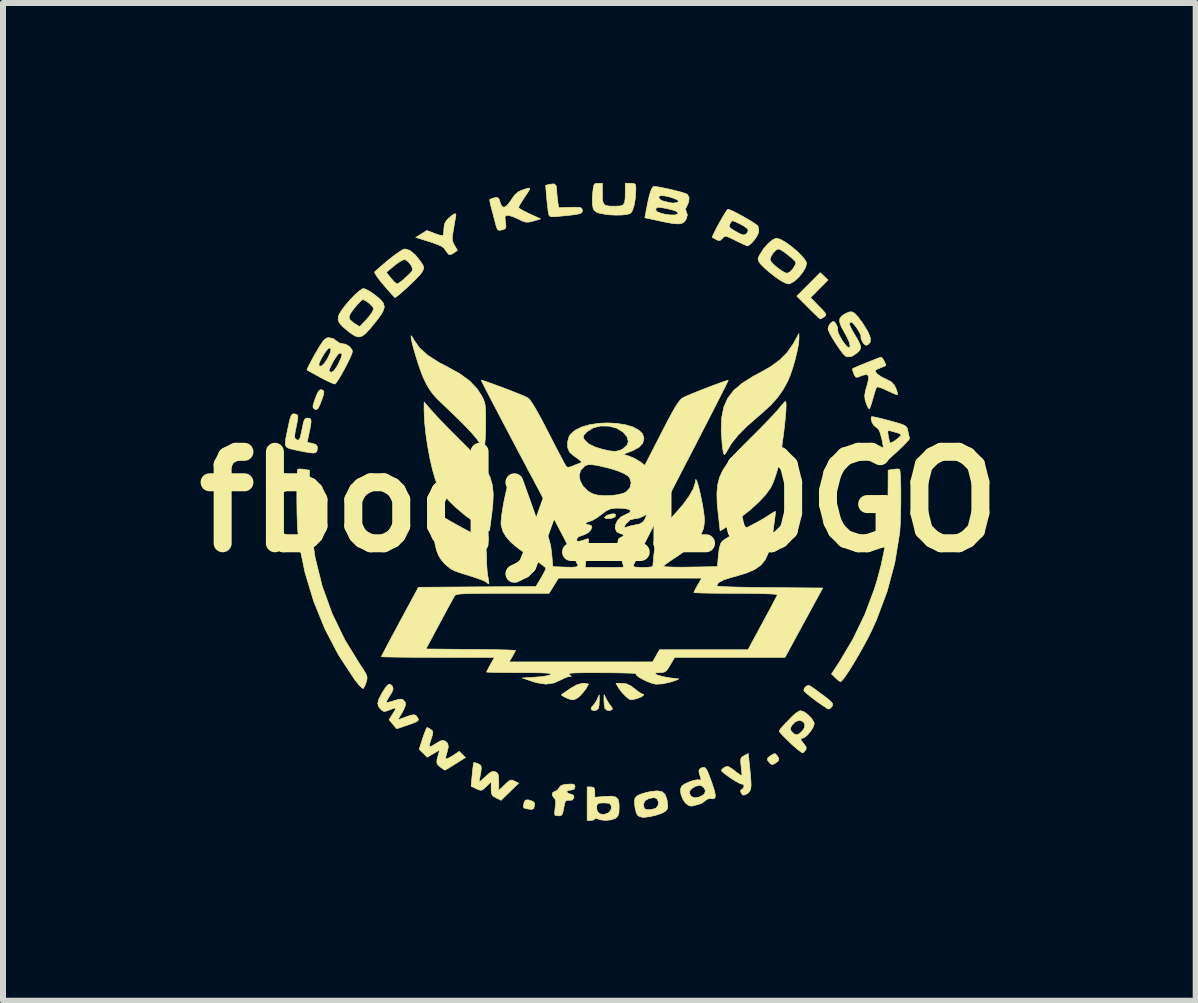
<source format=kicad_pcb>
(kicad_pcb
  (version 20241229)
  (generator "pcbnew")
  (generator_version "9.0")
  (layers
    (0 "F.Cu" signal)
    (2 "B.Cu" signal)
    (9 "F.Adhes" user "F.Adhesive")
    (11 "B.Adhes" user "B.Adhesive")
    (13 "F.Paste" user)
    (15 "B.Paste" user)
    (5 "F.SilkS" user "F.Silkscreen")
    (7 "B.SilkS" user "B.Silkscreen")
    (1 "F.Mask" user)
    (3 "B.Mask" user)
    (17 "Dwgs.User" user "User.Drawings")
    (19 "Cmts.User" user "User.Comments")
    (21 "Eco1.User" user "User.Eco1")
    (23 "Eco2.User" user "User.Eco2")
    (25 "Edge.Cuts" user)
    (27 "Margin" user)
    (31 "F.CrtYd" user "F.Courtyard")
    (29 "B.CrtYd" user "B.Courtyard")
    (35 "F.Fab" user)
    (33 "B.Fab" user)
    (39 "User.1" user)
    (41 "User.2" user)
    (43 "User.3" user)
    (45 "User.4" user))
  (footprint "fbody_LOGO"
    (layer "F.Cu")
    (at 6.938 5.314)
    (property "Reference" "fbody_LOGO" (at 0 0 0) (layer "F.SilkS") (effects (font (size 1.524 1.524) (thickness 0.3))))
    (attr through_hole)
    (fp_poly (pts (xy 0.269 0.207) (xy 0.269 0.208) (xy 0.266 0.242) (xy 0.251 0.256) (xy 0.207 0.272) (xy 0.153 0.278) (xy 0.106 0.275) (xy 0.086 0.262) (xy 0.087 0.257) (xy 0.124 0.228) (xy 0.18 0.206) (xy 0.236 0.197) (xy 0.269 0.207)) (stroke (width 0.01) (type solid)) (fill yes) (layer "F.SilkS"))
    (fp_poly (pts (xy -0.001 3.306) (xy -0.004 3.38) (xy -0.014 3.436) (xy -0.015 3.44) (xy -0.049 3.471) (xy -0.099 3.479) (xy -0.137 3.458) (xy -0.138 3.457) (xy -0.132 3.425) (xy -0.11 3.4) (xy -0.07 3.352) (xy -0.035 3.289) (xy -0.002 3.213) (xy -0.001 3.306)) (stroke (width 0.01) (type solid)) (fill yes) (layer "F.SilkS"))
    (fp_poly (pts (xy 2.936 4.199) (xy 2.962 4.229) (xy 2.992 4.279) (xy 2.985 4.314) (xy 2.937 4.352) (xy 2.89 4.377) (xy 2.859 4.37) (xy 2.835 4.346) (xy 2.801 4.302) (xy 2.804 4.27) (xy 2.848 4.233) (xy 2.861 4.225) (xy 2.909 4.197) (xy 2.936 4.199)) (stroke (width 0.01) (type solid)) (fill yes) (layer "F.SilkS"))
    (fp_poly (pts (xy 0.128 3.307) (xy 0.165 3.369) (xy 0.197 3.411) (xy 0.203 3.416) (xy 0.218 3.447) (xy 0.215 3.456) (xy 0.176 3.479) (xy 0.126 3.472) (xy 0.092 3.44) (xy 0.092 3.44) (xy 0.082 3.388) (xy 0.077 3.315) (xy 0.077 3.306) (xy 0.078 3.213) (xy 0.128 3.307)) (stroke (width 0.01) (type solid)) (fill yes) (layer "F.SilkS"))
    (fp_poly (pts (xy -1.172 4.969) (xy -1.105 4.991) (xy -1.078 5.022) (xy -1.083 5.073) (xy -1.083 5.074) (xy -1.097 5.111) (xy -1.123 5.124) (xy -1.176 5.12) (xy -1.213 5.113) (xy -1.255 5.101) (xy -1.267 5.076) (xy -1.257 5.022) (xy -1.254 5.01) (xy -1.233 4.97) (xy -1.191 4.965) (xy -1.172 4.969)) (stroke (width 0.01) (type solid)) (fill yes) (layer "F.SilkS"))
    (fp_poly (pts (xy -4.604 -1.859) (xy -4.59 -1.835) (xy -4.596 -1.787) (xy -4.624 -1.704) (xy -4.625 -1.701) (xy -4.662 -1.608) (xy -4.689 -1.557) (xy -4.713 -1.538) (xy -4.74 -1.544) (xy -4.75 -1.55) (xy -4.769 -1.569) (xy -4.772 -1.601) (xy -4.756 -1.659) (xy -4.736 -1.718) (xy -4.699 -1.81) (xy -4.668 -1.859) (xy -4.637 -1.872) (xy -4.604 -1.859)) (stroke (width 0.01) (type solid)) (fill yes) (layer "F.SilkS"))
    (fp_poly (pts (xy 3.746 -3.759) (xy 3.811 -3.698) (xy 3.665 -3.551) (xy 3.52 -3.404) (xy 3.658 -3.262) (xy 3.727 -3.191) (xy 3.765 -3.146) (xy 3.775 -3.118) (xy 3.764 -3.098) (xy 3.748 -3.085) (xy 3.704 -3.056) (xy 3.684 -3.048) (xy 3.661 -3.065) (xy 3.611 -3.111) (xy 3.541 -3.178) (xy 3.48 -3.239) (xy 3.29 -3.429) (xy 3.486 -3.625) (xy 3.681 -3.821) (xy 3.746 -3.759)) (stroke (width 0.01) (type solid)) (fill yes) (layer "F.SilkS"))
    (fp_poly (pts (xy -0.208 3.027) (xy -0.182 3.038) (xy -0.182 3.042) (xy -0.221 3.11) (xy -0.277 3.183) (xy -0.334 3.244) (xy -0.376 3.275) (xy -0.423 3.295) (xy -0.46 3.298) (xy -0.509 3.283) (xy -0.556 3.263) (xy -0.609 3.236) (xy -0.633 3.217) (xy -0.632 3.215) (xy -0.608 3.196) (xy -0.553 3.158) (xy -0.49 3.114) (xy -0.378 3.049) (xy -0.286 3.024) (xy -0.265 3.023) (xy -0.208 3.027)) (stroke (width 0.01) (type solid)) (fill yes) (layer "F.SilkS"))
    (fp_poly (pts (xy 0.455 3.033) (xy 0.528 3.069) (xy 0.584 3.111) (xy 0.647 3.161) (xy 0.696 3.193) (xy 0.714 3.2) (xy 0.74 3.209) (xy 0.728 3.23) (xy 0.684 3.256) (xy 0.638 3.273) (xy 0.567 3.293) (xy 0.525 3.298) (xy 0.491 3.283) (xy 0.445 3.246) (xy 0.44 3.241) (xy 0.376 3.175) (xy 0.322 3.101) (xy 0.322 3.101) (xy 0.277 3.023) (xy 0.377 3.023) (xy 0.455 3.033)) (stroke (width 0.01) (type solid)) (fill yes) (layer "F.SilkS"))
    (fp_poly (pts (xy 3.496 3.059) (xy 3.53 3.079) (xy 3.594 3.122) (xy 3.675 3.182) (xy 3.719 3.214) (xy 3.808 3.283) (xy 3.861 3.329) (xy 3.886 3.362) (xy 3.888 3.387) (xy 3.879 3.406) (xy 3.845 3.444) (xy 3.823 3.453) (xy 3.792 3.439) (xy 3.732 3.4) (xy 3.652 3.344) (xy 3.607 3.312) (xy 3.523 3.248) (xy 3.455 3.193) (xy 3.415 3.156) (xy 3.408 3.147) (xy 3.415 3.106) (xy 3.45 3.069) (xy 3.491 3.057) (xy 3.496 3.059)) (stroke (width 0.01) (type solid)) (fill yes) (layer "F.SilkS"))
    (fp_poly (pts (xy -0.721 -5.273) (xy -0.711 -5.209) (xy -0.708 -5.139) (xy -0.699 -5.05) (xy -0.695 -5.021) (xy -0.679 -4.903) (xy -0.486 -4.909) (xy -0.387 -4.911) (xy -0.329 -4.908) (xy -0.299 -4.896) (xy -0.287 -4.874) (xy -0.284 -4.861) (xy -0.285 -4.836) (xy -0.298 -4.817) (xy -0.333 -4.802) (xy -0.395 -4.789) (xy -0.493 -4.777) (xy -0.633 -4.763) (xy -0.651 -4.761) (xy -0.744 -4.753) (xy -0.8 -4.753) (xy -0.828 -4.763) (xy -0.841 -4.787) (xy -0.846 -4.804) (xy -0.855 -4.857) (xy -0.865 -4.945) (xy -0.876 -5.048) (xy -0.878 -5.07) (xy -0.895 -5.276) (xy -0.827 -5.293) (xy -0.757 -5.3) (xy -0.721 -5.273)) (stroke (width 0.01) (type solid)) (fill yes) (layer "F.SilkS"))
    (fp_poly (pts (xy 3.327 -2.715) (xy 3.319 -2.626) (xy 3.295 -2.505) (xy 3.261 -2.367) (xy 3.221 -2.227) (xy 3.177 -2.101) (xy 3.136 -2.004) (xy 3.058 -1.864) (xy 2.97 -1.739) (xy 2.862 -1.619) (xy 2.725 -1.492) (xy 2.633 -1.413) (xy 2.456 -1.258) (xy 2.31 -1.11) (xy 2.2 -0.973) (xy 2.132 -0.857) (xy 2.104 -0.808) (xy 2.082 -0.787) (xy 2.071 -0.81) (xy 2.058 -0.87) (xy 2.048 -0.944) (xy 2.031 -1.192) (xy 2.038 -1.4) (xy 2.073 -1.577) (xy 2.139 -1.727) (xy 2.239 -1.858) (xy 2.378 -1.976) (xy 2.558 -2.09) (xy 2.656 -2.142) (xy 2.852 -2.252) (xy 3.006 -2.365) (xy 3.128 -2.487) (xy 3.227 -2.628) (xy 3.25 -2.667) (xy 3.326 -2.807) (xy 3.327 -2.715)) (stroke (width 0.01) (type solid)) (fill yes) (layer "F.SilkS"))
    (fp_poly (pts (xy -2.764 -1.486) (xy -2.692 -1.408) (xy -2.594 -1.305) (xy -2.479 -1.187) (xy -2.357 -1.064) (xy -2.27 -0.978) (xy -2.105 -0.811) (xy -1.977 -0.665) (xy -1.883 -0.533) (xy -1.819 -0.406) (xy -1.782 -0.276) (xy -1.768 -0.133) (xy -1.774 0.03) (xy -1.791 0.186) (xy -1.806 0.3) (xy -1.818 0.393) (xy -1.826 0.455) (xy -1.829 0.476) (xy -1.84 0.482) (xy -1.876 0.467) (xy -1.943 0.428) (xy -2.044 0.363) (xy -2.083 0.336) (xy -2.237 0.224) (xy -2.384 0.1) (xy -2.513 -0.026) (xy -2.615 -0.145) (xy -2.683 -0.248) (xy -2.687 -0.255) (xy -2.734 -0.376) (xy -2.78 -0.535) (xy -2.823 -0.722) (xy -2.861 -0.924) (xy -2.891 -1.13) (xy -2.912 -1.327) (xy -2.92 -1.505) (xy -2.921 -1.537) (xy -2.92 -1.664) (xy -2.764 -1.486)) (stroke (width 0.01) (type solid)) (fill yes) (layer "F.SilkS"))
    (fp_poly (pts (xy -2.392 -4.798) (xy -2.391 -4.779) (xy -2.397 -4.738) (xy -2.41 -4.663) (xy -2.425 -4.574) (xy -2.443 -4.468) (xy -2.451 -4.398) (xy -2.447 -4.35) (xy -2.433 -4.31) (xy -2.414 -4.276) (xy -2.365 -4.192) (xy -2.42 -4.153) (xy -2.476 -4.121) (xy -2.513 -4.126) (xy -2.549 -4.172) (xy -2.56 -4.19) (xy -2.589 -4.229) (xy -2.634 -4.262) (xy -2.704 -4.293) (xy -2.81 -4.33) (xy -2.831 -4.336) (xy -3.06 -4.408) (xy -2.967 -4.465) (xy -2.875 -4.523) (xy -2.747 -4.474) (xy -2.673 -4.449) (xy -2.621 -4.438) (xy -2.605 -4.439) (xy -2.596 -4.472) (xy -2.591 -4.534) (xy -2.591 -4.553) (xy -2.581 -4.633) (xy -2.542 -4.697) (xy -2.512 -4.727) (xy -2.458 -4.773) (xy -2.418 -4.798) (xy -2.41 -4.801) (xy -2.398 -4.801) (xy -2.392 -4.798)) (stroke (width 0.01) (type solid)) (fill yes) (layer "F.SilkS"))
    (fp_poly (pts (xy 0.051 -5.134) (xy 0.053 -5.034) (xy 0.067 -4.973) (xy 0.102 -4.941) (xy 0.169 -4.929) (xy 0.266 -4.928) (xy 0.344 -4.931) (xy 0.393 -4.946) (xy 0.419 -4.984) (xy 0.43 -5.053) (xy 0.432 -5.158) (xy 0.432 -5.309) (xy 0.521 -5.309) (xy 0.576 -5.306) (xy 0.602 -5.288) (xy 0.608 -5.242) (xy 0.608 -5.201) (xy 0.6 -5.062) (xy 0.58 -4.944) (xy 0.552 -4.855) (xy 0.519 -4.809) (xy 0.468 -4.792) (xy 0.382 -4.781) (xy 0.275 -4.779) (xy 0.164 -4.784) (xy 0.102 -4.792) (xy 0.005 -4.81) (xy -0.053 -4.831) (xy -0.087 -4.861) (xy -0.104 -4.895) (xy -0.115 -4.959) (xy -0.117 -5.055) (xy -0.112 -5.135) (xy -0.102 -5.227) (xy -0.091 -5.278) (xy -0.073 -5.302) (xy -0.042 -5.308) (xy -0.022 -5.309) (xy 0.051 -5.309) (xy 0.051 -5.134)) (stroke (width 0.01) (type solid)) (fill yes) (layer "F.SilkS"))
    (fp_poly (pts (xy -4.935 -0.544) (xy -4.922 -0.542) (xy -4.831 -0.528) (xy -4.831 -0.08) (xy -4.808 0.433) (xy -4.737 0.927) (xy -4.619 1.402) (xy -4.454 1.859) (xy -4.241 2.299) (xy -3.994 2.702) (xy -3.93 2.797) (xy -3.892 2.861) (xy -3.873 2.907) (xy -3.871 2.946) (xy -3.881 2.99) (xy -3.884 3.001) (xy -3.908 3.066) (xy -3.931 3.106) (xy -3.935 3.11) (xy -3.959 3.098) (xy -4.004 3.052) (xy -4.061 2.982) (xy -4.083 2.953) (xy -4.347 2.551) (xy -4.573 2.118) (xy -4.76 1.658) (xy -4.905 1.178) (xy -4.996 0.741) (xy -5.016 0.59) (xy -5.03 0.42) (xy -5.038 0.22) (xy -5.041 -0.02) (xy -5.041 -0.03) (xy -5.041 -0.184) (xy -5.039 -0.32) (xy -5.036 -0.431) (xy -5.033 -0.507) (xy -5.028 -0.542) (xy -5.028 -0.543) (xy -4.996 -0.549) (xy -4.935 -0.544)) (stroke (width 0.01) (type solid)) (fill yes) (layer "F.SilkS"))
    (fp_poly (pts (xy -2.738 0.161) (xy -2.688 0.193) (xy -2.66 0.213) (xy -2.588 0.26) (xy -2.485 0.321) (xy -2.366 0.388) (xy -2.257 0.447) (xy -2.116 0.522) (xy -2.016 0.586) (xy -1.948 0.647) (xy -1.908 0.713) (xy -1.887 0.794) (xy -1.88 0.899) (xy -1.879 0.953) (xy -1.876 1.065) (xy -1.868 1.172) (xy -1.856 1.251) (xy -1.855 1.257) (xy -1.841 1.331) (xy -1.842 1.367) (xy -1.858 1.361) (xy -1.864 1.352) (xy -1.901 1.325) (xy -1.988 1.289) (xy -2.121 1.244) (xy -2.282 1.195) (xy -2.399 1.155) (xy -2.486 1.109) (xy -2.562 1.046) (xy -2.574 1.034) (xy -2.634 0.966) (xy -2.679 0.895) (xy -2.713 0.808) (xy -2.739 0.697) (xy -2.76 0.55) (xy -2.77 0.464) (xy -2.785 0.324) (xy -2.791 0.229) (xy -2.787 0.174) (xy -2.77 0.153) (xy -2.738 0.161)) (stroke (width 0.01) (type solid)) (fill yes) (layer "F.SilkS"))
    (fp_poly (pts (xy -0.418 4.711) (xy -0.407 4.735) (xy -0.406 4.748) (xy -0.421 4.789) (xy -0.468 4.801) (xy -0.527 4.811) (xy -0.545 4.833) (xy -0.52 4.857) (xy -0.487 4.867) (xy -0.435 4.885) (xy -0.423 4.917) (xy -0.425 4.932) (xy -0.452 4.969) (xy -0.505 4.973) (xy -0.544 4.973) (xy -0.567 4.991) (xy -0.582 5.04) (xy -0.592 5.099) (xy -0.608 5.178) (xy -0.626 5.218) (xy -0.655 5.232) (xy -0.671 5.232) (xy -0.721 5.227) (xy -0.741 5.22) (xy -0.745 5.189) (xy -0.74 5.126) (xy -0.735 5.086) (xy -0.726 5.004) (xy -0.736 4.956) (xy -0.751 4.937) (xy -0.783 4.894) (xy -0.782 4.851) (xy -0.752 4.827) (xy -0.743 4.826) (xy -0.699 4.805) (xy -0.673 4.769) (xy -0.646 4.732) (xy -0.596 4.712) (xy -0.527 4.704) (xy -0.454 4.702) (xy -0.418 4.711)) (stroke (width 0.01) (type solid)) (fill yes) (layer "F.SilkS"))
    (fp_poly (pts (xy 2.512 4.487) (xy 2.524 4.624) (xy 2.529 4.719) (xy 2.522 4.784) (xy 2.504 4.826) (xy 2.472 4.857) (xy 2.435 4.879) (xy 2.393 4.887) (xy 2.364 4.854) (xy 2.352 4.812) (xy 2.375 4.791) (xy 2.405 4.764) (xy 2.412 4.728) (xy 2.395 4.705) (xy 2.379 4.704) (xy 2.345 4.694) (xy 2.285 4.662) (xy 2.211 4.617) (xy 2.137 4.566) (xy 2.074 4.519) (xy 2.037 4.485) (xy 2.032 4.475) (xy 2.051 4.449) (xy 2.085 4.424) (xy 2.12 4.409) (xy 2.156 4.414) (xy 2.207 4.445) (xy 2.254 4.481) (xy 2.317 4.529) (xy 2.362 4.559) (xy 2.376 4.566) (xy 2.376 4.539) (xy 2.37 4.477) (xy 2.363 4.411) (xy 2.355 4.328) (xy 2.358 4.279) (xy 2.376 4.251) (xy 2.414 4.229) (xy 2.414 4.228) (xy 2.482 4.193) (xy 2.512 4.487)) (stroke (width 0.01) (type solid)) (fill yes) (layer "F.SilkS"))
    (fp_poly (pts (xy 3.111 -1.653) (xy 3.112 -1.588) (xy 3.107 -1.489) (xy 3.096 -1.365) (xy 3.081 -1.224) (xy 3.062 -1.075) (xy 3.041 -0.924) (xy 3.018 -0.781) (xy 2.995 -0.654) (xy 2.972 -0.551) (xy 2.971 -0.546) (xy 2.937 -0.435) (xy 2.899 -0.328) (xy 2.862 -0.248) (xy 2.858 -0.24) (xy 2.773 -0.122) (xy 2.65 0.009) (xy 2.499 0.145) (xy 2.328 0.279) (xy 2.145 0.403) (xy 2.105 0.427) (xy 2.013 0.483) (xy 1.981 0.202) (xy 1.963 0.015) (xy 1.959 -0.143) (xy 1.971 -0.281) (xy 2.003 -0.407) (xy 2.058 -0.528) (xy 2.141 -0.652) (xy 2.253 -0.788) (xy 2.399 -0.942) (xy 2.517 -1.06) (xy 2.639 -1.181) (xy 2.754 -1.298) (xy 2.856 -1.404) (xy 2.936 -1.49) (xy 2.989 -1.55) (xy 2.997 -1.56) (xy 3.048 -1.622) (xy 3.087 -1.664) (xy 3.102 -1.675) (xy 3.111 -1.653)) (stroke (width 0.01) (type solid)) (fill yes) (layer "F.SilkS"))
    (fp_poly (pts (xy -0.096 4.757) (xy -0.079 4.788) (xy -0.076 4.836) (xy -0.076 4.922) (xy 0.088 4.909) (xy 0.201 4.904) (xy 0.272 4.918) (xy 0.312 4.957) (xy 0.328 5.027) (xy 0.33 5.094) (xy 0.326 5.18) (xy 0.31 5.232) (xy 0.277 5.267) (xy 0.274 5.269) (xy 0.2 5.298) (xy 0.104 5.308) (xy 0.012 5.297) (xy -0.027 5.282) (xy -0.068 5.269) (xy -0.076 5.282) (xy -0.098 5.302) (xy -0.14 5.309) (xy -0.203 5.309) (xy -0.203 5.09) (xy -0.046 5.09) (xy -0.035 5.158) (xy 0.011 5.199) (xy 0.077 5.209) (xy 0.151 5.182) (xy 0.163 5.174) (xy 0.198 5.12) (xy 0.199 5.079) (xy 0.188 5.04) (xy 0.159 5.022) (xy 0.097 5.017) (xy 0.076 5.016) (xy 0.005 5.019) (xy -0.03 5.033) (xy -0.043 5.067) (xy -0.046 5.09) (xy -0.203 5.09) (xy -0.203 4.75) (xy -0.14 4.75) (xy -0.096 4.757)) (stroke (width 0.01) (type solid)) (fill yes) (layer "F.SilkS"))
    (fp_poly (pts (xy 1.047 4.83) (xy 1.097 4.878) (xy 1.127 4.962) (xy 1.132 4.995) (xy 1.14 5.072) (xy 1.132 5.118) (xy 1.103 5.153) (xy 1.095 5.159) (xy 1.034 5.191) (xy 0.942 5.222) (xy 0.838 5.246) (xy 0.743 5.257) (xy 0.726 5.258) (xy 0.665 5.242) (xy 0.634 5.219) (xy 0.613 5.171) (xy 0.595 5.095) (xy 0.59 5.056) (xy 0.589 5.037) (xy 0.737 5.037) (xy 0.743 5.091) (xy 0.754 5.114) (xy 0.798 5.13) (xy 0.865 5.127) (xy 0.93 5.109) (xy 0.951 5.097) (xy 0.982 5.05) (xy 0.983 4.994) (xy 0.958 4.946) (xy 0.916 4.928) (xy 0.826 4.942) (xy 0.763 4.979) (xy 0.737 5.033) (xy 0.737 5.037) (xy 0.589 5.037) (xy 0.586 4.979) (xy 0.596 4.933) (xy 0.626 4.903) (xy 0.638 4.894) (xy 0.696 4.868) (xy 0.783 4.842) (xy 0.849 4.828) (xy 0.966 4.815) (xy 1.047 4.83)) (stroke (width 0.01) (type solid)) (fill yes) (layer "F.SilkS"))
    (fp_poly (pts (xy 5 -0.545) (xy 5.002 -0.543) (xy 5.011 -0.51) (xy 5.017 -0.436) (xy 5.021 -0.329) (xy 5.024 -0.199) (xy 5.024 -0.055) (xy 5.023 0.094) (xy 5.02 0.239) (xy 5.015 0.37) (xy 5.008 0.479) (xy 5.004 0.521) (xy 4.924 1.013) (xy 4.796 1.492) (xy 4.62 1.962) (xy 4.533 2.154) (xy 4.471 2.278) (xy 4.399 2.411) (xy 4.323 2.546) (xy 4.246 2.677) (xy 4.174 2.794) (xy 4.11 2.891) (xy 4.059 2.96) (xy 4.026 2.995) (xy 4.02 2.997) (xy 3.99 2.981) (xy 3.943 2.941) (xy 3.934 2.932) (xy 3.869 2.867) (xy 4.005 2.66) (xy 4.228 2.283) (xy 4.423 1.878) (xy 4.58 1.461) (xy 4.628 1.308) (xy 4.695 1.055) (xy 4.745 0.819) (xy 4.78 0.584) (xy 4.8 0.334) (xy 4.81 0.054) (xy 4.81 -0.029) (xy 4.813 -0.529) (xy 4.901 -0.543) (xy 4.963 -0.549) (xy 5 -0.545)) (stroke (width 0.01) (type solid)) (fill yes) (layer "F.SilkS"))
    (fp_poly (pts (xy -3.118 -2.749) (xy -3.09 -2.7) (xy -3.088 -2.695) (xy -2.996 -2.566) (xy -2.856 -2.441) (xy -2.672 -2.323) (xy -2.547 -2.258) (xy -2.332 -2.141) (xy -2.164 -2.018) (xy -2.036 -1.884) (xy -1.96 -1.766) (xy -1.933 -1.712) (xy -1.914 -1.662) (xy -1.902 -1.606) (xy -1.896 -1.532) (xy -1.894 -1.43) (xy -1.894 -1.289) (xy -1.896 -1.16) (xy -1.901 -1.048) (xy -1.909 -0.965) (xy -1.917 -0.919) (xy -1.92 -0.915) (xy -1.948 -0.917) (xy -1.985 -0.966) (xy -1.992 -0.977) (xy -2.042 -1.05) (xy -2.13 -1.153) (xy -2.253 -1.283) (xy -2.41 -1.438) (xy -2.594 -1.613) (xy -2.699 -1.714) (xy -2.775 -1.798) (xy -2.834 -1.88) (xy -2.887 -1.974) (xy -2.916 -2.032) (xy -2.95 -2.11) (xy -2.988 -2.212) (xy -3.026 -2.326) (xy -3.063 -2.445) (xy -3.096 -2.558) (xy -3.121 -2.655) (xy -3.136 -2.727) (xy -3.138 -2.765) (xy -3.135 -2.769) (xy -3.118 -2.749)) (stroke (width 0.01) (type solid)) (fill yes) (layer "F.SilkS"))
    (fp_poly (pts (xy -2.065 4.347) (xy -2.02 4.364) (xy -1.988 4.381) (xy -1.971 4.405) (xy -1.967 4.446) (xy -1.976 4.514) (xy -1.997 4.621) (xy -1.997 4.623) (xy -2.001 4.655) (xy -1.99 4.659) (xy -1.957 4.634) (xy -1.9 4.581) (xy -1.834 4.521) (xy -1.788 4.494) (xy -1.749 4.493) (xy -1.734 4.498) (xy -1.701 4.517) (xy -1.683 4.55) (xy -1.677 4.613) (xy -1.676 4.665) (xy -1.676 4.811) (xy -1.578 4.715) (xy -1.519 4.66) (xy -1.48 4.636) (xy -1.446 4.638) (xy -1.413 4.653) (xy -1.346 4.688) (xy -1.638 4.973) (xy -1.721 4.933) (xy -1.772 4.903) (xy -1.796 4.866) (xy -1.803 4.803) (xy -1.803 4.777) (xy -1.803 4.662) (xy -1.883 4.742) (xy -1.935 4.79) (xy -1.971 4.807) (xy -2.012 4.798) (xy -2.05 4.78) (xy -2.137 4.739) (xy -2.119 4.547) (xy -2.11 4.455) (xy -2.101 4.383) (xy -2.093 4.347) (xy -2.093 4.346) (xy -2.065 4.347)) (stroke (width 0.01) (type solid)) (fill yes) (layer "F.SilkS"))
    (fp_poly (pts (xy -5.067 -1.464) (xy -5.061 -1.462) (xy -5.036 -1.452) (xy -5.025 -1.433) (xy -5.025 -1.394) (xy -5.037 -1.324) (xy -5.051 -1.255) (xy -5.071 -1.156) (xy -5.078 -1.095) (xy -5.073 -1.061) (xy -5.056 -1.043) (xy -5.055 -1.042) (xy -5.025 -1.028) (xy -5.002 -1.037) (xy -4.984 -1.076) (xy -4.966 -1.153) (xy -4.953 -1.218) (xy -4.934 -1.312) (xy -4.917 -1.365) (xy -4.895 -1.39) (xy -4.865 -1.397) (xy -4.86 -1.397) (xy -4.826 -1.393) (xy -4.808 -1.374) (xy -4.804 -1.332) (xy -4.814 -1.258) (xy -4.836 -1.15) (xy -4.87 -0.992) (xy -4.785 -0.976) (xy -4.723 -0.956) (xy -4.701 -0.922) (xy -4.699 -0.905) (xy -4.704 -0.856) (xy -4.721 -0.826) (xy -4.759 -0.814) (xy -4.827 -0.819) (xy -4.932 -0.838) (xy -4.991 -0.85) (xy -5.101 -0.873) (xy -5.175 -0.893) (xy -5.218 -0.918) (xy -5.235 -0.959) (xy -5.231 -1.024) (xy -5.212 -1.124) (xy -5.192 -1.219) (xy -5.167 -1.337) (xy -5.146 -1.413) (xy -5.125 -1.454) (xy -5.1 -1.469) (xy -5.067 -1.464)) (stroke (width 0.01) (type solid)) (fill yes) (layer "F.SilkS"))
    (fp_poly (pts (xy -2.839 3.773) (xy -2.808 3.793) (xy -2.781 3.817) (xy -2.774 3.845) (xy -2.785 3.895) (xy -2.803 3.95) (xy -2.825 4.022) (xy -2.835 4.071) (xy -2.834 4.083) (xy -2.809 4.076) (xy -2.757 4.048) (xy -2.722 4.026) (xy -2.654 3.986) (xy -2.608 3.974) (xy -2.567 3.987) (xy -2.526 4.025) (xy -2.517 4.085) (xy -2.539 4.176) (xy -2.543 4.189) (xy -2.559 4.247) (xy -2.559 4.282) (xy -2.558 4.283) (xy -2.531 4.278) (xy -2.477 4.25) (xy -2.439 4.227) (xy -2.334 4.157) (xy -2.283 4.209) (xy -2.231 4.26) (xy -2.398 4.365) (xy -2.478 4.415) (xy -2.539 4.452) (xy -2.572 4.47) (xy -2.574 4.47) (xy -2.599 4.456) (xy -2.646 4.422) (xy -2.653 4.416) (xy -2.692 4.381) (xy -2.709 4.344) (xy -2.705 4.292) (xy -2.682 4.208) (xy -2.678 4.194) (xy -2.66 4.134) (xy -2.869 4.255) (xy -3.002 4.121) (xy -2.944 3.94) (xy -2.914 3.853) (xy -2.888 3.789) (xy -2.872 3.76) (xy -2.87 3.759) (xy -2.839 3.773)) (stroke (width 0.01) (type solid)) (fill yes) (layer "F.SilkS"))
    (fp_poly (pts (xy -3.453 3.067) (xy -3.445 3.079) (xy -3.437 3.118) (xy -3.457 3.173) (xy -3.49 3.226) (xy -3.528 3.288) (xy -3.549 3.332) (xy -3.55 3.342) (xy -3.522 3.341) (xy -3.462 3.326) (xy -3.42 3.312) (xy -3.341 3.289) (xy -3.293 3.287) (xy -3.263 3.303) (xy -3.233 3.341) (xy -3.231 3.39) (xy -3.26 3.462) (xy -3.292 3.521) (xy -3.359 3.634) (xy -3.225 3.583) (xy -3.139 3.554) (xy -3.085 3.547) (xy -3.051 3.564) (xy -3.023 3.606) (xy -3.015 3.631) (xy -3.029 3.653) (xy -3.072 3.675) (xy -3.153 3.705) (xy -3.187 3.717) (xy -3.377 3.781) (xy -3.441 3.705) (xy -3.504 3.63) (xy -3.441 3.529) (xy -3.402 3.465) (xy -3.395 3.436) (xy -3.424 3.439) (xy -3.496 3.467) (xy -3.497 3.467) (xy -3.56 3.49) (xy -3.598 3.49) (xy -3.633 3.466) (xy -3.636 3.464) (xy -3.679 3.413) (xy -3.693 3.358) (xy -3.676 3.289) (xy -3.626 3.194) (xy -3.617 3.177) (xy -3.56 3.089) (xy -3.518 3.044) (xy -3.485 3.037) (xy -3.453 3.067)) (stroke (width 0.01) (type solid)) (fill yes) (layer "F.SilkS"))
    (fp_poly (pts (xy -3.159 -4.192) (xy -3.07 -4.119) (xy -2.985 -4.013) (xy -2.942 -3.95) (xy -2.926 -3.909) (xy -2.934 -3.871) (xy -2.957 -3.827) (xy -2.987 -3.788) (xy -3.043 -3.728) (xy -3.116 -3.656) (xy -3.195 -3.58) (xy -3.274 -3.509) (xy -3.341 -3.451) (xy -3.389 -3.414) (xy -3.407 -3.405) (xy -3.427 -3.424) (xy -3.472 -3.474) (xy -3.535 -3.545) (xy -3.591 -3.61) (xy -3.663 -3.698) (xy -3.716 -3.77) (xy -3.743 -3.818) (xy -3.743 -3.825) (xy -3.55 -3.825) (xy -3.473 -3.729) (xy -3.423 -3.672) (xy -3.383 -3.638) (xy -3.371 -3.632) (xy -3.34 -3.648) (xy -3.285 -3.688) (xy -3.242 -3.726) (xy -3.179 -3.784) (xy -3.132 -3.833) (xy -3.116 -3.853) (xy -3.116 -3.897) (xy -3.144 -3.953) (xy -3.188 -4.005) (xy -3.235 -4.036) (xy -3.25 -4.039) (xy -3.293 -4.023) (xy -3.358 -3.982) (xy -3.423 -3.932) (xy -3.55 -3.825) (xy -3.743 -3.825) (xy -3.744 -3.834) (xy -3.633 -3.933) (xy -3.523 -4.026) (xy -3.42 -4.107) (xy -3.332 -4.169) (xy -3.268 -4.207) (xy -3.24 -4.216) (xy -3.159 -4.192)) (stroke (width 0.01) (type solid)) (fill yes) (layer "F.SilkS"))
    (fp_poly (pts (xy 1.761 4.43) (xy 1.785 4.456) (xy 1.811 4.51) (xy 1.846 4.601) (xy 1.876 4.684) (xy 1.916 4.805) (xy 1.933 4.886) (xy 1.928 4.932) (xy 1.898 4.949) (xy 1.849 4.943) (xy 1.8 4.953) (xy 1.765 4.979) (xy 1.708 5.02) (xy 1.655 5.041) (xy 1.587 5.058) (xy 1.543 5.07) (xy 1.493 5.062) (xy 1.437 5.021) (xy 1.389 4.951) (xy 1.359 4.869) (xy 1.356 4.838) (xy 1.499 4.838) (xy 1.52 4.898) (xy 1.573 4.93) (xy 1.646 4.925) (xy 1.65 4.924) (xy 1.713 4.895) (xy 1.753 4.864) (xy 1.767 4.814) (xy 1.745 4.763) (xy 1.698 4.729) (xy 1.668 4.724) (xy 1.603 4.739) (xy 1.542 4.775) (xy 1.504 4.819) (xy 1.499 4.838) (xy 1.356 4.838) (xy 1.352 4.79) (xy 1.371 4.738) (xy 1.419 4.702) (xy 1.492 4.668) (xy 1.573 4.641) (xy 1.64 4.63) (xy 1.666 4.633) (xy 1.695 4.635) (xy 1.692 4.608) (xy 1.663 4.521) (xy 1.66 4.469) (xy 1.684 4.44) (xy 1.702 4.432) (xy 1.735 4.424) (xy 1.761 4.43)) (stroke (width 0.01) (type solid)) (fill yes) (layer "F.SilkS"))
    (fp_poly (pts (xy 3.412 3.499) (xy 3.478 3.547) (xy 3.538 3.609) (xy 3.576 3.671) (xy 3.581 3.697) (xy 3.565 3.751) (xy 3.524 3.817) (xy 3.472 3.881) (xy 3.42 3.925) (xy 3.388 3.937) (xy 3.357 3.946) (xy 3.365 3.978) (xy 3.409 4.032) (xy 3.446 4.083) (xy 3.445 4.123) (xy 3.439 4.133) (xy 3.406 4.172) (xy 3.389 4.183) (xy 3.362 4.169) (xy 3.307 4.128) (xy 3.234 4.065) (xy 3.181 4.017) (xy 3.103 3.941) (xy 3.042 3.878) (xy 3.005 3.834) (xy 2.997 3.821) (xy 3.013 3.79) (xy 3.028 3.772) (xy 3.183 3.772) (xy 3.189 3.806) (xy 3.214 3.836) (xy 3.262 3.878) (xy 3.307 3.878) (xy 3.363 3.838) (xy 3.37 3.831) (xy 3.42 3.763) (xy 3.423 3.7) (xy 3.392 3.659) (xy 3.335 3.64) (xy 3.27 3.662) (xy 3.211 3.72) (xy 3.209 3.724) (xy 3.183 3.772) (xy 3.028 3.772) (xy 3.053 3.742) (xy 3.059 3.735) (xy 3.115 3.677) (xy 3.184 3.605) (xy 3.213 3.575) (xy 3.275 3.52) (xy 3.331 3.486) (xy 3.354 3.48) (xy 3.412 3.499)) (stroke (width 0.01) (type solid)) (fill yes) (layer "F.SilkS"))
    (fp_poly (pts (xy -1.158 -5.223) (xy -1.169 -5.195) (xy -1.206 -5.137) (xy -1.241 -5.085) (xy -1.292 -5.007) (xy -1.33 -4.944) (xy -1.346 -4.909) (xy -1.346 -4.907) (xy -1.325 -4.886) (xy -1.268 -4.852) (xy -1.186 -4.811) (xy -1.162 -4.8) (xy -0.978 -4.716) (xy -1.097 -4.681) (xy -1.169 -4.663) (xy -1.222 -4.661) (xy -1.279 -4.679) (xy -1.344 -4.711) (xy -1.425 -4.747) (xy -1.495 -4.77) (xy -1.526 -4.775) (xy -1.559 -4.77) (xy -1.572 -4.747) (xy -1.568 -4.692) (xy -1.564 -4.664) (xy -1.556 -4.594) (xy -1.564 -4.558) (xy -1.593 -4.541) (xy -1.605 -4.537) (xy -1.662 -4.525) (xy -1.693 -4.534) (xy -1.713 -4.575) (xy -1.728 -4.629) (xy -1.751 -4.717) (xy -1.779 -4.824) (xy -1.796 -4.884) (xy -1.816 -4.963) (xy -1.826 -5.02) (xy -1.826 -5.041) (xy -1.797 -5.053) (xy -1.748 -5.068) (xy -1.7 -5.074) (xy -1.674 -5.052) (xy -1.657 -5) (xy -1.628 -4.93) (xy -1.589 -4.909) (xy -1.539 -4.938) (xy -1.479 -5.016) (xy -1.471 -5.029) (xy -1.41 -5.116) (xy -1.345 -5.171) (xy -1.259 -5.207) (xy -1.202 -5.223) (xy -1.17 -5.23) (xy -1.158 -5.223)) (stroke (width 0.01) (type solid)) (fill yes) (layer "F.SilkS"))
    (fp_poly (pts (xy -3.884 -3.541) (xy -3.815 -3.502) (xy -3.745 -3.453) (xy -3.653 -3.377) (xy -3.599 -3.313) (xy -3.583 -3.25) (xy -3.604 -3.179) (xy -3.66 -3.089) (xy -3.721 -3.009) (xy -3.819 -2.889) (xy -3.895 -2.807) (xy -3.957 -2.761) (xy -4.013 -2.748) (xy -4.072 -2.765) (xy -4.141 -2.809) (xy -4.188 -2.845) (xy -4.28 -2.923) (xy -4.334 -2.985) (xy -4.354 -3.04) (xy -4.347 -3.087) (xy -4.171 -3.087) (xy -4.159 -3.04) (xy -4.109 -2.994) (xy -4.075 -2.97) (xy -4.024 -2.938) (xy -3.997 -2.922) (xy -3.996 -2.921) (xy -3.977 -2.938) (xy -3.935 -2.981) (xy -3.902 -3.016) (xy -3.842 -3.084) (xy -3.794 -3.148) (xy -3.78 -3.171) (xy -3.764 -3.212) (xy -3.773 -3.246) (xy -3.814 -3.29) (xy -3.832 -3.306) (xy -3.889 -3.35) (xy -3.934 -3.371) (xy -3.945 -3.371) (xy -3.976 -3.348) (xy -4.026 -3.295) (xy -4.083 -3.229) (xy -4.145 -3.146) (xy -4.171 -3.087) (xy -4.347 -3.087) (xy -4.346 -3.098) (xy -4.332 -3.131) (xy -4.29 -3.2) (xy -4.228 -3.282) (xy -4.154 -3.368) (xy -4.077 -3.448) (xy -4.006 -3.511) (xy -3.952 -3.549) (xy -3.931 -3.556) (xy -3.884 -3.541)) (stroke (width 0.01) (type solid)) (fill yes) (layer "F.SilkS"))
    (fp_poly (pts (xy 3.014 -4.377) (xy 3.094 -4.333) (xy 3.185 -4.268) (xy 3.276 -4.194) (xy 3.358 -4.116) (xy 3.42 -4.045) (xy 3.452 -3.989) (xy 3.454 -3.976) (xy 3.436 -3.906) (xy 3.388 -3.824) (xy 3.322 -3.744) (xy 3.249 -3.677) (xy 3.18 -3.638) (xy 3.151 -3.632) (xy 3.095 -3.649) (xy 3.011 -3.695) (xy 2.911 -3.765) (xy 2.911 -3.766) (xy 2.823 -3.836) (xy 2.746 -3.904) (xy 2.692 -3.959) (xy 2.683 -3.969) (xy 2.65 -4.019) (xy 2.648 -4.038) (xy 2.845 -4.038) (xy 2.865 -3.999) (xy 2.915 -3.946) (xy 2.982 -3.891) (xy 3.051 -3.843) (xy 3.11 -3.814) (xy 3.129 -3.811) (xy 3.171 -3.829) (xy 3.219 -3.876) (xy 3.224 -3.884) (xy 3.259 -3.94) (xy 3.276 -3.982) (xy 3.277 -3.985) (xy 3.257 -4.015) (xy 3.209 -4.062) (xy 3.144 -4.116) (xy 3.076 -4.167) (xy 3.017 -4.204) (xy 2.984 -4.216) (xy 2.943 -4.196) (xy 2.896 -4.147) (xy 2.859 -4.087) (xy 2.845 -4.038) (xy 2.648 -4.038) (xy 2.645 -4.057) (xy 2.668 -4.108) (xy 2.675 -4.122) (xy 2.737 -4.218) (xy 2.809 -4.301) (xy 2.881 -4.363) (xy 2.942 -4.393) (xy 2.954 -4.394) (xy 3.014 -4.377)) (stroke (width 0.01) (type solid)) (fill yes) (layer "F.SilkS"))
    (fp_poly (pts (xy 2.183 -4.864) (xy 2.254 -4.832) (xy 2.343 -4.785) (xy 2.438 -4.732) (xy 2.527 -4.679) (xy 2.598 -4.633) (xy 2.639 -4.601) (xy 2.643 -4.595) (xy 2.657 -4.534) (xy 2.652 -4.483) (xy 2.626 -4.428) (xy 2.582 -4.364) (xy 2.53 -4.307) (xy 2.485 -4.272) (xy 2.469 -4.267) (xy 2.436 -4.278) (xy 2.371 -4.307) (xy 2.287 -4.347) (xy 2.27 -4.356) (xy 2.182 -4.4) (xy 2.127 -4.423) (xy 2.094 -4.427) (xy 2.071 -4.414) (xy 2.052 -4.392) (xy 2.012 -4.357) (xy 1.97 -4.361) (xy 1.951 -4.371) (xy 1.903 -4.396) (xy 1.883 -4.409) (xy 1.889 -4.434) (xy 1.916 -4.491) (xy 1.955 -4.569) (xy 1.978 -4.609) (xy 2.166 -4.609) (xy 2.167 -4.582) (xy 2.196 -4.554) (xy 2.261 -4.514) (xy 2.267 -4.51) (xy 2.348 -4.465) (xy 2.401 -4.448) (xy 2.438 -4.458) (xy 2.463 -4.482) (xy 2.481 -4.518) (xy 2.468 -4.553) (xy 2.417 -4.592) (xy 2.336 -4.636) (xy 2.264 -4.671) (xy 2.224 -4.684) (xy 2.202 -4.676) (xy 2.185 -4.65) (xy 2.166 -4.609) (xy 1.978 -4.609) (xy 2.003 -4.656) (xy 2.052 -4.742) (xy 2.096 -4.815) (xy 2.128 -4.863) (xy 2.142 -4.877) (xy 2.183 -4.864)) (stroke (width 0.01) (type solid)) (fill yes) (layer "F.SilkS"))
    (fp_poly (pts (xy 4.563 -1.419) (xy 4.628 -1.406) (xy 4.717 -1.384) (xy 4.756 -1.374) (xy 4.897 -1.336) (xy 4.997 -1.308) (xy 5.063 -1.285) (xy 5.103 -1.263) (xy 5.125 -1.24) (xy 5.136 -1.21) (xy 5.142 -1.178) (xy 5.157 -1.109) (xy 5.17 -1.061) (xy 5.171 -1.058) (xy 5.157 -1.034) (xy 5.112 -0.985) (xy 5.047 -0.919) (xy 4.97 -0.846) (xy 4.89 -0.773) (xy 4.815 -0.708) (xy 4.755 -0.659) (xy 4.719 -0.636) (xy 4.715 -0.635) (xy 4.702 -0.657) (xy 4.687 -0.71) (xy 4.686 -0.713) (xy 4.685 -0.793) (xy 4.707 -0.834) (xy 4.726 -0.862) (xy 4.733 -0.898) (xy 4.726 -0.956) (xy 4.707 -1.049) (xy 4.707 -1.05) (xy 4.681 -1.148) (xy 4.674 -1.165) (xy 4.806 -1.165) (xy 4.814 -1.105) (xy 4.815 -1.101) (xy 4.829 -1.033) (xy 4.841 -0.989) (xy 4.844 -0.984) (xy 4.867 -0.987) (xy 4.913 -1.012) (xy 4.965 -1.05) (xy 5.009 -1.088) (xy 5.029 -1.117) (xy 5.029 -1.118) (xy 5.008 -1.137) (xy 4.959 -1.154) (xy 4.89 -1.172) (xy 4.843 -1.185) (xy 4.815 -1.188) (xy 4.806 -1.165) (xy 4.674 -1.165) (xy 4.655 -1.207) (xy 4.624 -1.238) (xy 4.61 -1.245) (xy 4.572 -1.277) (xy 4.542 -1.332) (xy 4.528 -1.387) (xy 4.536 -1.42) (xy 4.563 -1.419)) (stroke (width 0.01) (type solid)) (fill yes) (layer "F.SilkS"))
    (fp_poly (pts (xy 4.718 -2.393) (xy 4.746 -2.348) (xy 4.769 -2.3) (xy 4.775 -2.274) (xy 4.754 -2.261) (xy 4.701 -2.24) (xy 4.686 -2.235) (xy 4.628 -2.211) (xy 4.598 -2.188) (xy 4.597 -2.184) (xy 4.621 -2.14) (xy 4.688 -2.09) (xy 4.786 -2.041) (xy 4.867 -1.999) (xy 4.916 -1.946) (xy 4.941 -1.895) (xy 4.963 -1.832) (xy 4.971 -1.792) (xy 4.969 -1.786) (xy 4.943 -1.791) (xy 4.884 -1.815) (xy 4.805 -1.852) (xy 4.8 -1.854) (xy 4.719 -1.891) (xy 4.656 -1.913) (xy 4.624 -1.914) (xy 4.623 -1.913) (xy 4.607 -1.88) (xy 4.585 -1.811) (xy 4.559 -1.723) (xy 4.559 -1.721) (xy 4.534 -1.636) (xy 4.512 -1.575) (xy 4.498 -1.549) (xy 4.497 -1.549) (xy 4.478 -1.571) (xy 4.454 -1.623) (xy 4.45 -1.634) (xy 4.428 -1.708) (xy 4.422 -1.774) (xy 4.435 -1.851) (xy 4.462 -1.948) (xy 4.487 -2.045) (xy 4.484 -2.103) (xy 4.45 -2.123) (xy 4.385 -2.109) (xy 4.362 -2.099) (xy 4.302 -2.077) (xy 4.271 -2.08) (xy 4.25 -2.114) (xy 4.241 -2.137) (xy 4.222 -2.19) (xy 4.219 -2.219) (xy 4.219 -2.219) (xy 4.248 -2.234) (xy 4.311 -2.261) (xy 4.396 -2.296) (xy 4.489 -2.334) (xy 4.577 -2.369) (xy 4.649 -2.397) (xy 4.692 -2.412) (xy 4.697 -2.413) (xy 4.718 -2.393)) (stroke (width 0.01) (type solid)) (fill yes) (layer "F.SilkS"))
    (fp_poly (pts (xy 0.966 -5.252) (xy 1.051 -5.236) (xy 1.154 -5.215) (xy 1.26 -5.189) (xy 1.356 -5.164) (xy 1.429 -5.142) (xy 1.466 -5.126) (xy 1.495 -5.072) (xy 1.49 -4.999) (xy 1.46 -4.934) (xy 1.435 -4.882) (xy 1.448 -4.835) (xy 1.45 -4.831) (xy 1.467 -4.783) (xy 1.451 -4.723) (xy 1.445 -4.71) (xy 1.417 -4.668) (xy 1.378 -4.642) (xy 1.32 -4.633) (xy 1.234 -4.638) (xy 1.112 -4.659) (xy 1.008 -4.681) (xy 0.758 -4.735) (xy 0.775 -4.825) (xy 0.782 -4.861) (xy 0.94 -4.861) (xy 0.963 -4.836) (xy 1.021 -4.812) (xy 1.099 -4.793) (xy 1.182 -4.782) (xy 1.254 -4.781) (xy 1.3 -4.792) (xy 1.307 -4.799) (xy 1.308 -4.824) (xy 1.275 -4.847) (xy 1.202 -4.87) (xy 1.114 -4.89) (xy 1.023 -4.907) (xy 0.97 -4.909) (xy 0.945 -4.893) (xy 0.94 -4.861) (xy 0.782 -4.861) (xy 0.808 -4.996) (xy 0.83 -5.092) (xy 0.993 -5.092) (xy 0.994 -5.062) (xy 1.023 -5.03) (xy 1.06 -5.015) (xy 1.121 -5) (xy 1.156 -4.991) (xy 1.219 -4.98) (xy 1.279 -4.984) (xy 1.316 -5.001) (xy 1.321 -5.012) (xy 1.298 -5.034) (xy 1.241 -5.059) (xy 1.165 -5.083) (xy 1.086 -5.1) (xy 1.027 -5.105) (xy 0.993 -5.092) (xy 0.83 -5.092) (xy 0.837 -5.121) (xy 0.865 -5.204) (xy 0.891 -5.248) (xy 0.911 -5.258) (xy 0.966 -5.252)) (stroke (width 0.01) (type solid)) (fill yes) (layer "F.SilkS"))
    (fp_poly (pts (xy 4.251 -3.146) (xy 4.303 -3.092) (xy 4.371 -3.001) (xy 4.401 -2.959) (xy 4.479 -2.83) (xy 4.517 -2.731) (xy 4.514 -2.66) (xy 4.475 -2.619) (xy 4.437 -2.61) (xy 4.404 -2.638) (xy 4.387 -2.665) (xy 4.362 -2.718) (xy 4.359 -2.75) (xy 4.36 -2.751) (xy 4.357 -2.78) (xy 4.331 -2.833) (xy 4.292 -2.896) (xy 4.249 -2.953) (xy 4.212 -2.99) (xy 4.197 -2.997) (xy 4.171 -2.985) (xy 4.172 -2.947) (xy 4.204 -2.876) (xy 4.251 -2.795) (xy 4.313 -2.69) (xy 4.347 -2.618) (xy 4.355 -2.566) (xy 4.338 -2.526) (xy 4.298 -2.485) (xy 4.291 -2.479) (xy 4.207 -2.425) (xy 4.135 -2.417) (xy 4.099 -2.432) (xy 4.063 -2.468) (xy 4.012 -2.535) (xy 3.954 -2.619) (xy 3.897 -2.709) (xy 3.849 -2.792) (xy 3.818 -2.856) (xy 3.81 -2.883) (xy 3.828 -2.943) (xy 3.857 -2.981) (xy 3.893 -3.008) (xy 3.919 -2.999) (xy 3.946 -2.961) (xy 3.971 -2.904) (xy 3.973 -2.86) (xy 3.979 -2.822) (xy 4.008 -2.76) (xy 4.049 -2.689) (xy 4.095 -2.624) (xy 4.135 -2.582) (xy 4.141 -2.578) (xy 4.172 -2.572) (xy 4.179 -2.602) (xy 4.165 -2.662) (xy 4.129 -2.744) (xy 4.089 -2.816) (xy 4.03 -2.924) (xy 4.003 -3.002) (xy 4.008 -3.058) (xy 4.046 -3.103) (xy 4.103 -3.139) (xy 4.159 -3.164) (xy 4.206 -3.168) (xy 4.251 -3.146)) (stroke (width 0.01) (type solid)) (fill yes) (layer "F.SilkS"))
    (fp_poly (pts (xy -4.436 -2.723) (xy -4.39 -2.688) (xy -4.336 -2.649) (xy -4.289 -2.637) (xy -4.288 -2.637) (xy -4.226 -2.627) (xy -4.165 -2.589) (xy -4.123 -2.537) (xy -4.115 -2.505) (xy -4.127 -2.463) (xy -4.158 -2.391) (xy -4.203 -2.3) (xy -4.254 -2.202) (xy -4.307 -2.108) (xy -4.354 -2.03) (xy -4.391 -1.979) (xy -4.407 -1.964) (xy -4.439 -1.973) (xy -4.504 -2.001) (xy -4.591 -2.044) (xy -4.648 -2.074) (xy -4.742 -2.126) (xy -4.817 -2.167) (xy -4.834 -2.177) (xy -4.505 -2.177) (xy -4.503 -2.175) (xy -4.465 -2.159) (xy -4.421 -2.187) (xy -4.37 -2.261) (xy -4.344 -2.31) (xy -4.301 -2.406) (xy -4.288 -2.463) (xy -4.295 -2.478) (xy -4.333 -2.477) (xy -4.355 -2.46) (xy -4.392 -2.41) (xy -4.434 -2.342) (xy -4.471 -2.271) (xy -4.498 -2.211) (xy -4.505 -2.177) (xy -4.834 -2.177) (xy -4.863 -2.193) (xy -4.873 -2.2) (xy -4.865 -2.223) (xy -4.836 -2.282) (xy -4.832 -2.289) (xy -4.674 -2.289) (xy -4.661 -2.259) (xy -4.629 -2.266) (xy -4.586 -2.305) (xy -4.54 -2.371) (xy -4.536 -2.378) (xy -4.488 -2.476) (xy -4.472 -2.537) (xy -4.49 -2.564) (xy -4.502 -2.565) (xy -4.529 -2.545) (xy -4.569 -2.494) (xy -4.612 -2.426) (xy -4.649 -2.358) (xy -4.671 -2.304) (xy -4.674 -2.289) (xy -4.832 -2.289) (xy -4.791 -2.367) (xy -4.734 -2.469) (xy -4.667 -2.584) (xy -4.617 -2.661) (xy -4.578 -2.707) (xy -4.545 -2.731) (xy -4.516 -2.738) (xy -4.436 -2.723)) (stroke (width 0.01) (type solid)) (fill yes) (layer "F.SilkS"))
    (fp_poly (pts (xy -1.943 -2.023) (xy -1.879 -2.002) (xy -1.788 -1.97) (xy -1.679 -1.93) (xy -1.561 -1.886) (xy -1.445 -1.841) (xy -1.339 -1.799) (xy -1.254 -1.763) (xy -1.199 -1.738) (xy -1.191 -1.734) (xy -1.159 -1.703) (xy -1.114 -1.639) (xy -1.054 -1.539) (xy -0.977 -1.4) (xy -0.882 -1.219) (xy -0.851 -1.159) (xy -0.773 -1.006) (xy -0.701 -0.868) (xy -0.639 -0.751) (xy -0.592 -0.661) (xy -0.561 -0.606) (xy -0.553 -0.592) (xy -0.524 -0.575) (xy -0.473 -0.586) (xy -0.449 -0.596) (xy -0.379 -0.625) (xy -0.322 -0.646) (xy -0.321 -0.646) (xy -0.298 -0.659) (xy -0.308 -0.68) (xy -0.356 -0.717) (xy -0.371 -0.728) (xy -0.438 -0.777) (xy -0.489 -0.822) (xy -0.5 -0.835) (xy -0.528 -0.906) (xy -0.529 -0.998) (xy -0.507 -1.081) (xy -0.269 -1.081) (xy -0.254 -1.044) (xy -0.248 -1.034) (xy -0.181 -0.969) (xy -0.073 -0.915) (xy 0.064 -0.874) (xy 0.179 -0.849) (xy 0.262 -0.842) (xy 0.329 -0.854) (xy 0.379 -0.875) (xy 0.455 -0.935) (xy 0.483 -1.006) (xy 0.462 -1.085) (xy 0.395 -1.164) (xy 0.287 -1.23) (xy 0.159 -1.263) (xy 0.025 -1.265) (xy -0.101 -1.235) (xy -0.202 -1.173) (xy -0.211 -1.165) (xy -0.256 -1.115) (xy -0.269 -1.081) (xy -0.507 -1.081) (xy -0.506 -1.085) (xy -0.484 -1.123) (xy -0.403 -1.194) (xy -0.293 -1.249) (xy -0.161 -1.287) (xy -0.015 -1.309) (xy 0.138 -1.316) (xy 0.289 -1.308) (xy 0.431 -1.286) (xy 0.555 -1.25) (xy 0.653 -1.199) (xy 0.719 -1.136) (xy 0.743 -1.06) (xy 0.743 -1.058) (xy 0.723 -0.978) (xy 0.662 -0.911) (xy 0.554 -0.853) (xy 0.525 -0.842) (xy 0.397 -0.794) (xy 0.497 -0.762) (xy 0.586 -0.725) (xy 0.67 -0.675) (xy 0.678 -0.67) (xy 0.758 -0.61) (xy 1.034 -1.149) (xy 1.127 -1.329) (xy 1.202 -1.469) (xy 1.261 -1.573) (xy 1.308 -1.647) (xy 1.346 -1.696) (xy 1.378 -1.726) (xy 1.388 -1.733) (xy 1.435 -1.756) (xy 1.514 -1.79) (xy 1.615 -1.832) (xy 1.729 -1.877) (xy 1.846 -1.922) (xy 1.956 -1.963) (xy 2.049 -1.997) (xy 2.116 -2.019) (xy 2.147 -2.026) (xy 2.148 -2.026) (xy 2.138 -2.003) (xy 2.106 -1.938) (xy 2.055 -1.836) (xy 1.986 -1.7) (xy 1.901 -1.533) (xy 1.802 -1.34) (xy 1.691 -1.124) (xy 1.57 -0.889) (xy 1.44 -0.638) (xy 1.367 -0.497) (xy 1.233 -0.238) (xy 1.106 0.008) (xy 0.988 0.237) (xy 0.88 0.445) (xy 0.785 0.63) (xy 0.705 0.786) (xy 0.641 0.911) (xy 0.595 1) (xy 0.57 1.05) (xy 0.566 1.059) (xy 0.571 1.077) (xy 0.61 1.088) (xy 0.689 1.092) (xy 0.721 1.092) (xy 0.806 1.09) (xy 0.867 1.083) (xy 0.891 1.073) (xy 0.908 0.886) (xy 0.927 0.743) (xy 0.948 0.637) (xy 0.973 0.561) (xy 0.979 0.548) (xy 1.014 0.491) (xy 1.077 0.409) (xy 1.158 0.312) (xy 1.248 0.212) (xy 1.253 0.207) (xy 1.39 0.051) (xy 1.495 -0.093) (xy 1.566 -0.218) (xy 1.599 -0.32) (xy 1.601 -0.343) (xy 1.606 -0.374) (xy 1.618 -0.362) (xy 1.635 -0.316) (xy 1.656 -0.244) (xy 1.678 -0.152) (xy 1.7 -0.048) (xy 1.721 0.058) (xy 1.737 0.161) (xy 1.749 0.252) (xy 1.753 0.322) (xy 1.737 0.441) (xy 1.688 0.554) (xy 1.603 0.665) (xy 1.476 0.78) (xy 1.305 0.902) (xy 1.264 0.929) (xy 1.178 0.986) (xy 1.111 1.034) (xy 1.072 1.066) (xy 1.067 1.074) (xy 1.091 1.08) (xy 1.158 1.084) (xy 1.259 1.087) (xy 1.387 1.088) (xy 1.518 1.086) (xy 1.968 1.079) (xy 1.983 0.896) (xy 1.998 0.775) (xy 2.022 0.695) (xy 2.046 0.658) (xy 2.088 0.625) (xy 2.165 0.578) (xy 2.266 0.523) (xy 2.375 0.469) (xy 2.5 0.407) (xy 2.624 0.342) (xy 2.729 0.283) (xy 2.791 0.244) (xy 2.862 0.198) (xy 2.914 0.167) (xy 2.935 0.158) (xy 2.934 0.184) (xy 2.927 0.251) (xy 2.914 0.349) (xy 2.898 0.468) (xy 2.895 0.487) (xy 2.861 0.686) (xy 2.82 0.842) (xy 2.766 0.962) (xy 2.691 1.055) (xy 2.589 1.126) (xy 2.453 1.185) (xy 2.275 1.239) (xy 2.202 1.258) (xy 2.07 1.3) (xy 1.988 1.344) (xy 1.956 1.392) (xy 1.956 1.398) (xy 1.98 1.405) (xy 2.051 1.41) (xy 2.163 1.416) (xy 2.312 1.42) (xy 2.492 1.424) (xy 2.7 1.427) (xy 2.839 1.428) (xy 3.723 1.435) (xy 3.094 2.591) (xy 1.255 2.591) (xy 1.181 2.718) (xy 1.136 2.79) (xy 1.1 2.828) (xy 1.057 2.843) (xy 1.006 2.845) (xy 0.944 2.849) (xy 0.926 2.86) (xy 0.945 2.876) (xy 0.994 2.894) (xy 1.067 2.912) (xy 1.158 2.93) (xy 1.26 2.943) (xy 1.321 2.948) (xy 1.318 2.955) (xy 1.276 2.973) (xy 1.202 2.998) (xy 1.194 3) (xy 1.058 3.032) (xy 0.948 3.038) (xy 0.931 3.036) (xy 0.866 3.019) (xy 0.79 2.989) (xy 0.716 2.953) (xy 0.653 2.916) (xy 0.615 2.884) (xy 0.61 2.864) (xy 0.614 2.862) (xy 0.599 2.858) (xy 0.541 2.855) (xy 0.444 2.852) (xy 0.316 2.849) (xy 0.164 2.847) (xy 0.052 2.847) (xy -0.136 2.846) (xy -0.279 2.847) (xy -0.382 2.849) (xy -0.451 2.852) (xy -0.49 2.857) (xy -0.506 2.865) (xy -0.503 2.876) (xy -0.494 2.885) (xy -0.468 2.908) (xy -0.477 2.908) (xy -0.516 2.911) (xy -0.58 2.935) (xy -0.622 2.957) (xy -0.757 3.018) (xy -0.892 3.037) (xy -1.042 3.014) (xy -1.118 2.991) (xy -1.283 2.934) (xy -1.061 2.92) (xy -0.955 2.911) (xy -0.87 2.897) (xy -0.817 2.881) (xy -0.808 2.876) (xy -0.808 2.865) (xy -0.833 2.857) (xy -0.888 2.852) (xy -0.979 2.848) (xy -1.11 2.846) (xy -1.286 2.845) (xy -1.328 2.845) (xy -1.49 2.844) (xy -1.632 2.843) (xy -1.749 2.841) (xy -1.832 2.839) (xy -1.875 2.836) (xy -1.88 2.835) (xy -1.868 2.81) (xy -1.839 2.754) (xy -1.814 2.708) (xy -1.748 2.591) (xy -2.69 2.591) (xy -2.903 2.59) (xy -3.1 2.59) (xy -3.273 2.588) (xy -3.419 2.586) (xy -3.531 2.584) (xy -3.604 2.582) (xy -3.632 2.579) (xy -3.632 2.579) (xy -3.621 2.554) (xy -3.588 2.491) (xy -3.567 2.451) (xy -2.89 2.451) (xy -2.143 2.458) (xy -1.954 2.46) (xy -1.783 2.462) (xy -1.636 2.465) (xy -1.518 2.468) (xy -1.438 2.472) (xy -1.399 2.475) (xy -1.397 2.475) (xy -1.409 2.502) (xy -1.438 2.555) (xy -1.45 2.577) (xy -1.504 2.667) (xy 0.887 2.667) (xy 0.945 2.566) (xy 1.003 2.464) (xy 2.477 2.464) (xy 2.718 2.018) (xy 2.792 1.88) (xy 2.858 1.758) (xy 2.911 1.657) (xy 2.949 1.585) (xy 2.967 1.55) (xy 2.968 1.548) (xy 2.946 1.541) (xy 2.876 1.535) (xy 2.764 1.53) (xy 2.611 1.526) (xy 2.423 1.524) (xy 2.275 1.524) (xy 2.093 1.523) (xy 1.928 1.522) (xy 1.787 1.52) (xy 1.677 1.517) (xy 1.604 1.514) (xy 1.575 1.51) (xy 1.575 1.509) (xy 1.587 1.481) (xy 1.617 1.424) (xy 1.641 1.382) (xy 1.707 1.27) (xy -0.681 1.27) (xy -0.838 1.524) (xy -1.612 1.524) (xy -1.832 1.524) (xy -2.007 1.525) (xy -2.141 1.527) (xy -2.242 1.53) (xy -2.313 1.534) (xy -2.36 1.54) (xy -2.39 1.548) (xy -2.406 1.559) (xy -2.414 1.568) (xy -2.434 1.604) (xy -2.474 1.677) (xy -2.529 1.779) (xy -2.595 1.901) (xy -2.665 2.032) (xy -2.89 2.451) (xy -3.567 2.451) (xy -3.538 2.395) (xy -3.473 2.273) (xy -3.396 2.13) (xy -3.324 1.995) (xy -3.015 1.423) (xy -2.036 1.416) (xy -1.057 1.41) (xy -0.973 1.27) (xy -0.93 1.194) (xy -0.9 1.134) (xy -0.89 1.105) (xy -0.911 1.083) (xy -0.967 1.039) (xy -1.05 0.98) (xy -1.152 0.911) (xy -1.183 0.891) (xy -1.346 0.779) (xy -1.466 0.68) (xy -1.551 0.586) (xy -1.606 0.493) (xy -1.636 0.393) (xy -1.638 0.383) (xy -1.638 0.324) (xy -1.628 0.228) (xy -1.61 0.108) (xy -1.586 -0.024) (xy -1.558 -0.154) (xy -1.529 -0.27) (xy -1.502 -0.36) (xy -1.501 -0.364) (xy -1.486 -0.395) (xy -1.475 -0.385) (xy -1.463 -0.341) (xy -1.399 -0.177) (xy -1.286 -0.001) (xy -1.126 0.185) (xy -0.999 0.328) (xy -0.909 0.458) (xy -0.849 0.588) (xy -0.811 0.731) (xy -0.794 0.865) (xy -0.775 1.079) (xy -0.565 1.087) (xy -0.456 1.089) (xy -0.39 1.084) (xy -0.36 1.072) (xy -0.356 1.061) (xy -0.368 1.034) (xy -0.402 0.966) (xy -0.455 0.86) (xy -0.527 0.72) (xy -0.579 0.62) (xy -0.377 0.62) (xy -0.374 0.654) (xy -0.339 0.657) (xy -0.326 0.654) (xy -0.257 0.635) (xy -0.218 0.621) (xy -0.188 0.613) (xy -0.178 0.631) (xy -0.184 0.685) (xy -0.187 0.701) (xy -0.199 0.785) (xy -0.213 0.889) (xy -0.22 0.946) (xy -0.236 1.092) (xy 0.085 1.092) (xy 0.206 1.092) (xy 0.306 1.09) (xy 0.376 1.089) (xy 0.406 1.086) (xy 0.406 1.086) (xy 0.399 1.06) (xy 0.381 0.999) (xy 0.356 0.916) (xy 0.356 0.914) (xy 0.319 0.778) (xy 0.306 0.683) (xy 0.317 0.622) (xy 0.35 0.593) (xy 0.356 0.592) (xy 0.4 0.569) (xy 0.396 0.544) (xy 0.352 0.529) (xy 0.292 0.501) (xy 0.266 0.449) (xy 0.267 0.429) (xy 0.412 0.429) (xy 0.443 0.423) (xy 0.504 0.404) (xy 0.548 0.394) (xy 0.625 0.378) (xy 0.669 0.369) (xy 0.723 0.338) (xy 0.758 0.292) (xy 0.782 0.232) (xy 0.78 0.212) (xy 0.749 0.227) (xy 0.731 0.24) (xy 0.664 0.269) (xy 0.595 0.279) (xy 0.515 0.298) (xy 0.448 0.359) (xy 0.419 0.404) (xy 0.412 0.429) (xy 0.267 0.429) (xy 0.269 0.382) (xy 0.3 0.314) (xy 0.356 0.253) (xy 0.432 0.213) (xy 0.501 0.181) (xy 0.522 0.152) (xy 0.494 0.126) (xy 0.422 0.11) (xy 0.382 0.106) (xy 0.268 0.104) (xy 0.184 0.117) (xy 0.112 0.151) (xy 0.03 0.212) (xy 0.024 0.217) (xy -0.051 0.271) (xy -0.123 0.311) (xy -0.157 0.322) (xy -0.211 0.341) (xy -0.227 0.364) (xy -0.203 0.379) (xy -0.178 0.381) (xy -0.134 0.394) (xy -0.125 0.428) (xy -0.145 0.471) (xy -0.189 0.514) (xy -0.25 0.547) (xy -0.28 0.556) (xy -0.351 0.583) (xy -0.377 0.62) (xy -0.579 0.62) (xy -0.615 0.551) (xy -0.717 0.356) (xy -0.832 0.138) (xy -0.956 -0.098) (xy -1.089 -0.35) (xy -1.139 -0.443) (xy -0.335 -0.443) (xy -0.32 -0.351) (xy -0.271 -0.26) (xy -0.19 -0.18) (xy -0.114 -0.136) (xy -0.03 -0.113) (xy 0.081 -0.104) (xy 0.203 -0.107) (xy 0.319 -0.122) (xy 0.411 -0.148) (xy 0.449 -0.168) (xy 0.511 -0.238) (xy 0.53 -0.319) (xy 0.506 -0.398) (xy 0.479 -0.43) (xy 0.412 -0.473) (xy 0.305 -0.517) (xy 0.169 -0.56) (xy 0.014 -0.597) (xy -0.039 -0.608) (xy -0.129 -0.621) (xy -0.188 -0.62) (xy -0.233 -0.604) (xy -0.247 -0.595) (xy -0.311 -0.528) (xy -0.335 -0.443) (xy -1.139 -0.443) (xy -1.167 -0.495) (xy -1.303 -0.752) (xy -1.432 -0.996) (xy -1.552 -1.223) (xy -1.66 -1.429) (xy -1.755 -1.61) (xy -1.835 -1.764) (xy -1.898 -1.886) (xy -1.942 -1.972) (xy -1.965 -2.02) (xy -1.968 -2.028) (xy -1.943 -2.023)) (stroke (width 0.01) (type solid)) (fill yes) (layer "F.SilkS")))
  (gr_rect
    (start -3 -3)
    (end 16.876 13.627)
    (stroke (width 0.1) (type default))
    (fill no)
    (layer "Edge.Cuts")))
</source>
